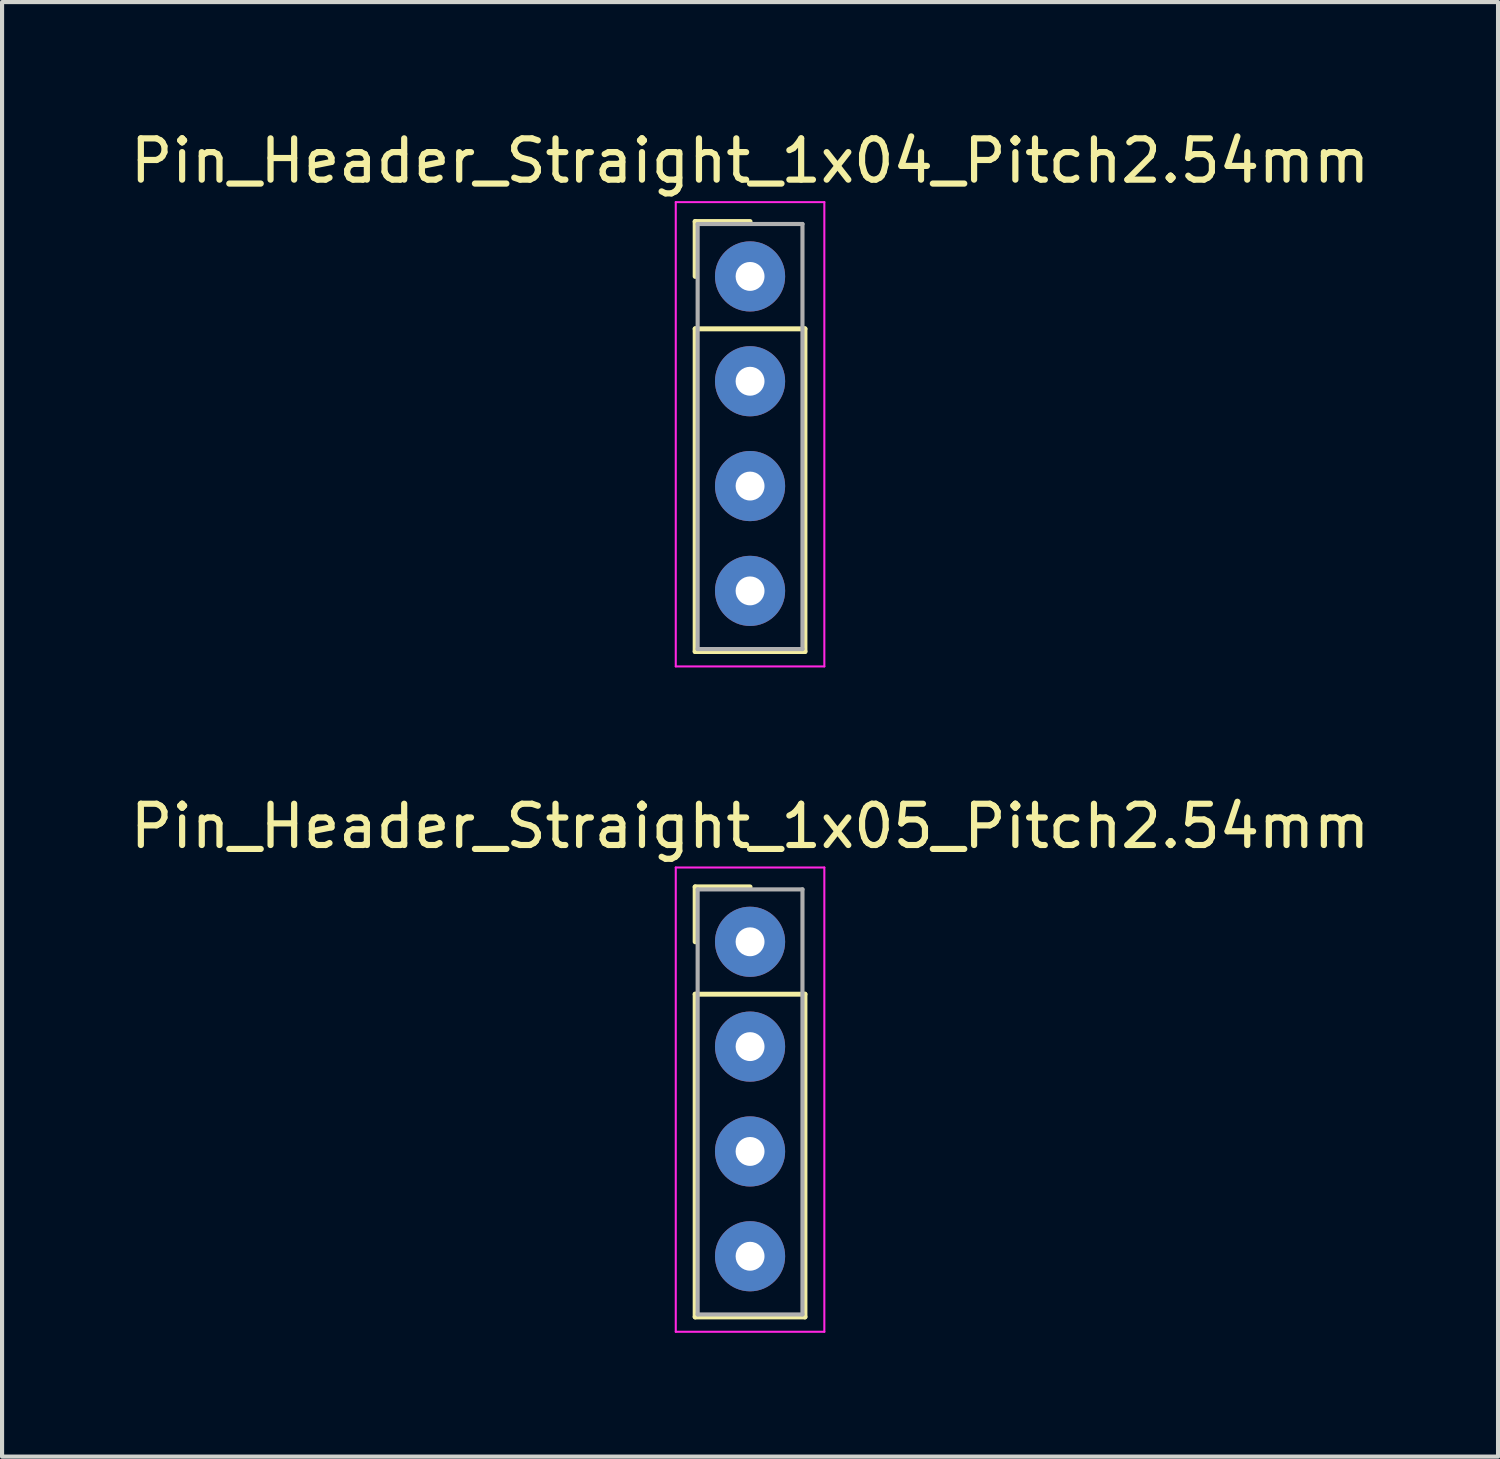
<source format=kicad_pcb>
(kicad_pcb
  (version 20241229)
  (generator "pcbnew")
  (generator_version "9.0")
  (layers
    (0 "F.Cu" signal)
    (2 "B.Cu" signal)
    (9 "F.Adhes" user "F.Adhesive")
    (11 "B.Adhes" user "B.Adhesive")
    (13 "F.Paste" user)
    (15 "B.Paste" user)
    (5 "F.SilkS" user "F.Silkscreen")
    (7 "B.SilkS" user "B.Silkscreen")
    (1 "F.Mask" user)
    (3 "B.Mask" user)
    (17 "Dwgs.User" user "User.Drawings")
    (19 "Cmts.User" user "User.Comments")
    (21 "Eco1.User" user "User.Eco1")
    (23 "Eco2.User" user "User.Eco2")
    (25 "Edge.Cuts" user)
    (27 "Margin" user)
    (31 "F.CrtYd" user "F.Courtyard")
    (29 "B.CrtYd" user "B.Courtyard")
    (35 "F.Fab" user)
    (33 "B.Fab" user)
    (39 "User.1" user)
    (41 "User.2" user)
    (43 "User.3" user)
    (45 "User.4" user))
  (footprint "Pin_Header_Straight_1x04_Pitch2.54mm"
    (layer "F.Cu")
    (at 15.125 3.648)
    (property "Reference" "Pin_Header_Straight_1x04_Pitch2.54mm" (at 0 -2.8 0) (layer "F.SilkS") (effects (font (size 1 1) (thickness 0.15))))
    (attr through_hole)
    (fp_line (start -1.33 -1.33) (end 0 -1.33) (stroke (width 0.12) (type solid)) (layer "F.SilkS"))
    (fp_line (start -1.33 0) (end -1.33 -1.33) (stroke (width 0.12) (type solid)) (layer "F.SilkS"))
    (fp_line (start -1.33 1.27) (end -1.33 9.09) (stroke (width 0.12) (type solid)) (layer "F.SilkS"))
    (fp_line (start -1.33 9.09) (end 1.33 9.09) (stroke (width 0.12) (type solid)) (layer "F.SilkS"))
    (fp_line (start 1.33 1.27) (end -1.33 1.27) (stroke (width 0.12) (type solid)) (layer "F.SilkS"))
    (fp_line (start 1.33 9.09) (end 1.33 1.27) (stroke (width 0.12) (type solid)) (layer "F.SilkS"))
    (fp_line (start -1.8 -1.8) (end -1.8 9.45) (stroke (width 0.05) (type solid)) (layer "F.CrtYd"))
    (fp_line (start -1.8 9.45) (end 1.8 9.45) (stroke (width 0.05) (type solid)) (layer "F.CrtYd"))
    (fp_line (start 1.8 -1.8) (end -1.8 -1.8) (stroke (width 0.05) (type solid)) (layer "F.CrtYd"))
    (fp_line (start 1.8 9.45) (end 1.8 -1.8) (stroke (width 0.05) (type solid)) (layer "F.CrtYd"))
    (fp_line (start -1.27 -1.27) (end -1.27 9.03) (stroke (width 0.1) (type solid)) (layer "F.Fab"))
    (fp_line (start -1.27 9.03) (end 1.27 9.03) (stroke (width 0.1) (type solid)) (layer "F.Fab"))
    (fp_line (start 1.27 -1.27) (end -1.27 -1.27) (stroke (width 0.1) (type solid)) (layer "F.Fab"))
    (fp_line (start 1.27 9.03) (end 1.27 -1.27) (stroke (width 0.1) (type solid)) (layer "F.Fab"))
    (pad "1" thru_hole circle (at 0 0) (size 1.7 1.7) (drill 0.7) (layers "*.Cu" "*.Mask"))
    (pad "2" thru_hole circle (at 0 2.54) (size 1.7 1.7) (drill 0.7) (layers "*.Cu" "*.Mask"))
    (pad "3" thru_hole oval (at 0 5.08) (size 1.7 1.7) (drill 0.7) (layers "*.Cu" "*.Mask"))
    (pad "4" thru_hole oval (at 0 7.62) (size 1.7 1.7) (drill 0.7) (layers "*.Cu" "*.Mask")))
  (footprint "Pin_Header_Straight_1x05_Pitch2.54mm"
    (layer "F.Cu")
    (at 15.125 19.771)
    (property "Reference" "Pin_Header_Straight_1x05_Pitch2.54mm" (at 0 -2.8 0) (layer "F.SilkS") (effects (font (size 1 1) (thickness 0.15))))
    (attr through_hole)
    (fp_line (start -1.33 -1.33) (end 0 -1.33) (stroke (width 0.12) (type solid)) (layer "F.SilkS"))
    (fp_line (start -1.33 0) (end -1.33 -1.33) (stroke (width 0.12) (type solid)) (layer "F.SilkS"))
    (fp_line (start -1.33 1.27) (end -1.33 9.09) (stroke (width 0.12) (type solid)) (layer "F.SilkS"))
    (fp_line (start -1.33 9.09) (end 1.33 9.09) (stroke (width 0.12) (type solid)) (layer "F.SilkS"))
    (fp_line (start 1.33 1.27) (end -1.33 1.27) (stroke (width 0.12) (type solid)) (layer "F.SilkS"))
    (fp_line (start 1.33 9.09) (end 1.33 1.27) (stroke (width 0.12) (type solid)) (layer "F.SilkS"))
    (fp_line (start -1.8 -1.8) (end -1.8 9.45) (stroke (width 0.05) (type solid)) (layer "F.CrtYd"))
    (fp_line (start -1.8 9.45) (end 1.8 9.45) (stroke (width 0.05) (type solid)) (layer "F.CrtYd"))
    (fp_line (start 1.8 -1.8) (end -1.8 -1.8) (stroke (width 0.05) (type solid)) (layer "F.CrtYd"))
    (fp_line (start 1.8 9.45) (end 1.8 -1.8) (stroke (width 0.05) (type solid)) (layer "F.CrtYd"))
    (fp_line (start -1.27 -1.27) (end -1.27 9.03) (stroke (width 0.1) (type solid)) (layer "F.Fab"))
    (fp_line (start -1.27 9.03) (end 1.27 9.03) (stroke (width 0.1) (type solid)) (layer "F.Fab"))
    (fp_line (start 1.27 -1.27) (end -1.27 -1.27) (stroke (width 0.1) (type solid)) (layer "F.Fab"))
    (fp_line (start 1.27 9.03) (end 1.27 -1.27) (stroke (width 0.1) (type solid)) (layer "F.Fab"))
    (pad "1" thru_hole circle (at 0 0) (size 1.7 1.7) (drill 0.7) (layers "*.Cu" "*.Mask"))
    (pad "2" thru_hole circle (at 0 2.54) (size 1.7 1.7) (drill 0.7) (layers "*.Cu" "*.Mask"))
    (pad "3" thru_hole oval (at 0 5.08) (size 1.7 1.7) (drill 0.7) (layers "*.Cu" "*.Mask"))
    (pad "4" thru_hole oval (at 0 7.62) (size 1.7 1.7) (drill 0.7) (layers "*.Cu" "*.Mask")))
  (gr_rect
    (start -3 -3)
    (end 33.25 32.246)
    (stroke (width 0.1) (type default))
    (fill no)
    (layer "Edge.Cuts")))
</source>
